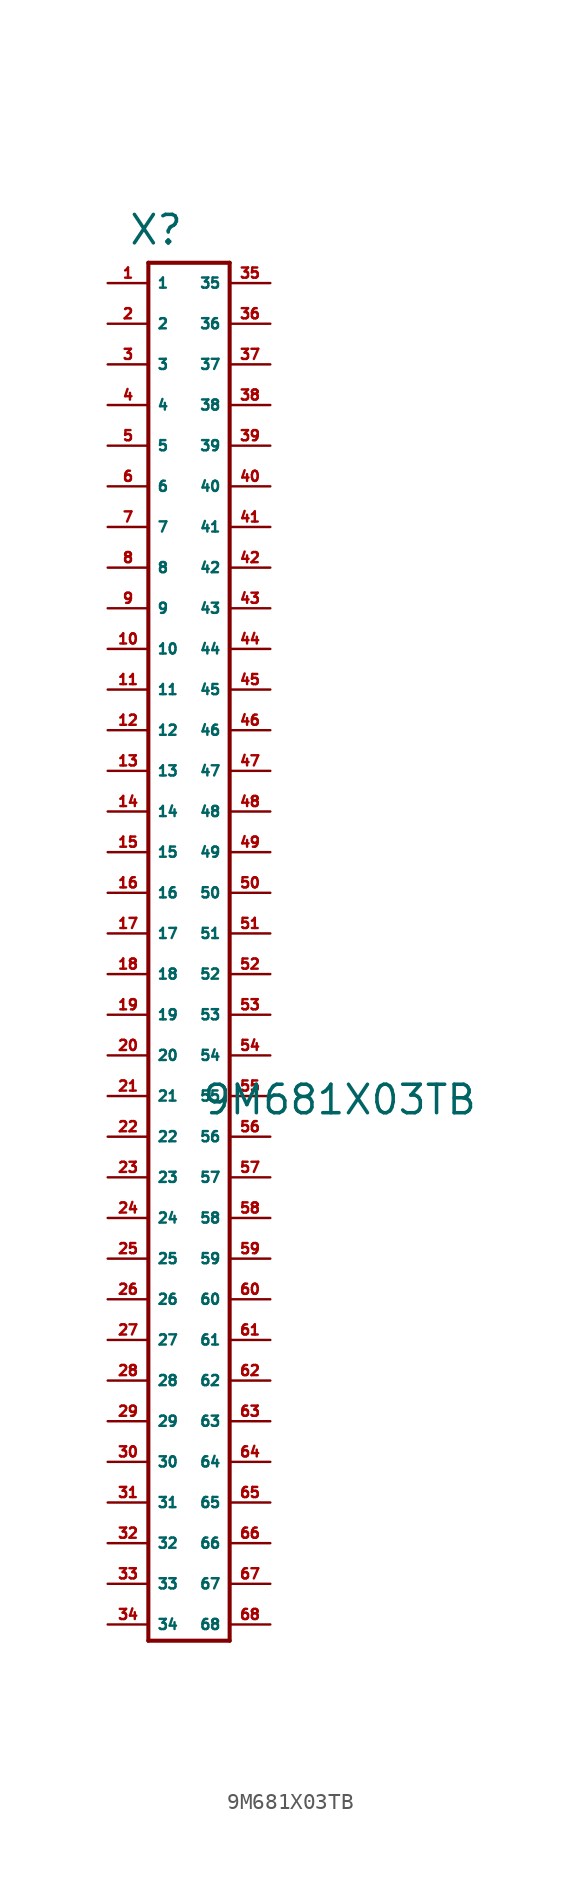
<source format=kicad_sym>
(kicad_symbol_lib
  (version 20220914)
  (generator Eagle2Kicad)
  (symbol "9M681X03TB"
    (property "Reference" "X"
      (at -3.81 30.226 0)
      (effects (font (size 1.778 1.778) (thickness 0.22)) (justify left bottom)))
    (property "Value" "9M681X03TB"
      (at 0.762 -24.13 0)
      (effects (font (size 1.778 1.778) (thickness 0.22)) (justify left bottom)))
    (polyline
      (pts (xy -2.54 29.21) (xy -2.54 -56.896))
      (stroke (width 0.254) (type default))
      (fill (type none)))
    (polyline
      (pts (xy -2.54 -56.896) (xy 2.54 -56.896))
      (stroke (width 0.254) (type default))
      (fill (type none)))
    (polyline
      (pts (xy 2.54 -56.896) (xy 2.54 29.21))
      (stroke (width 0.254) (type default))
      (fill (type none)))
    (polyline
      (pts (xy 2.54 29.21) (xy -2.54 29.21))
      (stroke (width 0.254) (type default))
      (fill (type none)))
    (pin passive line
      (at -5.08 27.94 0)
      (length 2.54)
      (name "1" (effects (font (size 0.635 0.635) (thickness 0.08)) (justify left bottom)))
      (number "1" (effects (font (size 0.635 0.635) (thickness 0.08)) (justify left bottom))))
    (pin passive line
      (at -5.08 25.4 0)
      (length 2.54)
      (name "2" (effects (font (size 0.635 0.635) (thickness 0.08)) (justify left bottom)))
      (number "2" (effects (font (size 0.635 0.635) (thickness 0.08)) (justify left bottom))))
    (pin passive line
      (at -5.08 22.86 0)
      (length 2.54)
      (name "3" (effects (font (size 0.635 0.635) (thickness 0.08)) (justify left bottom)))
      (number "3" (effects (font (size 0.635 0.635) (thickness 0.08)) (justify left bottom))))
    (pin passive line
      (at -5.08 20.32 0)
      (length 2.54)
      (name "4" (effects (font (size 0.635 0.635) (thickness 0.08)) (justify left bottom)))
      (number "4" (effects (font (size 0.635 0.635) (thickness 0.08)) (justify left bottom))))
    (pin passive line
      (at -5.08 17.78 0)
      (length 2.54)
      (name "5" (effects (font (size 0.635 0.635) (thickness 0.08)) (justify left bottom)))
      (number "5" (effects (font (size 0.635 0.635) (thickness 0.08)) (justify left bottom))))
    (pin passive line
      (at -5.08 15.24 0)
      (length 2.54)
      (name "6" (effects (font (size 0.635 0.635) (thickness 0.08)) (justify left bottom)))
      (number "6" (effects (font (size 0.635 0.635) (thickness 0.08)) (justify left bottom))))
    (pin passive line
      (at -5.08 12.7 0)
      (length 2.54)
      (name "7" (effects (font (size 0.635 0.635) (thickness 0.08)) (justify left bottom)))
      (number "7" (effects (font (size 0.635 0.635) (thickness 0.08)) (justify left bottom))))
    (pin passive line
      (at -5.08 10.16 0)
      (length 2.54)
      (name "8" (effects (font (size 0.635 0.635) (thickness 0.08)) (justify left bottom)))
      (number "8" (effects (font (size 0.635 0.635) (thickness 0.08)) (justify left bottom))))
    (pin passive line
      (at -5.08 7.62 0)
      (length 2.54)
      (name "9" (effects (font (size 0.635 0.635) (thickness 0.08)) (justify left bottom)))
      (number "9" (effects (font (size 0.635 0.635) (thickness 0.08)) (justify left bottom))))
    (pin passive line
      (at -5.08 5.08 0)
      (length 2.54)
      (name "10" (effects (font (size 0.635 0.635) (thickness 0.08)) (justify left bottom)))
      (number "10" (effects (font (size 0.635 0.635) (thickness 0.08)) (justify left bottom))))
    (pin passive line
      (at -5.08 2.54 0)
      (length 2.54)
      (name "11" (effects (font (size 0.635 0.635) (thickness 0.08)) (justify left bottom)))
      (number "11" (effects (font (size 0.635 0.635) (thickness 0.08)) (justify left bottom))))
    (pin passive line
      (at -5.08 0 0)
      (length 2.54)
      (name "12" (effects (font (size 0.635 0.635) (thickness 0.08)) (justify left bottom)))
      (number "12" (effects (font (size 0.635 0.635) (thickness 0.08)) (justify left bottom))))
    (pin passive line
      (at -5.08 -2.54 0)
      (length 2.54)
      (name "13" (effects (font (size 0.635 0.635) (thickness 0.08)) (justify left bottom)))
      (number "13" (effects (font (size 0.635 0.635) (thickness 0.08)) (justify left bottom))))
    (pin passive line
      (at -5.08 -5.08 0)
      (length 2.54)
      (name "14" (effects (font (size 0.635 0.635) (thickness 0.08)) (justify left bottom)))
      (number "14" (effects (font (size 0.635 0.635) (thickness 0.08)) (justify left bottom))))
    (pin passive line
      (at -5.08 -7.62 0)
      (length 2.54)
      (name "15" (effects (font (size 0.635 0.635) (thickness 0.08)) (justify left bottom)))
      (number "15" (effects (font (size 0.635 0.635) (thickness 0.08)) (justify left bottom))))
    (pin passive line
      (at -5.08 -10.16 0)
      (length 2.54)
      (name "16" (effects (font (size 0.635 0.635) (thickness 0.08)) (justify left bottom)))
      (number "16" (effects (font (size 0.635 0.635) (thickness 0.08)) (justify left bottom))))
    (pin passive line
      (at -5.08 -12.7 0)
      (length 2.54)
      (name "17" (effects (font (size 0.635 0.635) (thickness 0.08)) (justify left bottom)))
      (number "17" (effects (font (size 0.635 0.635) (thickness 0.08)) (justify left bottom))))
    (pin passive line
      (at -5.08 -15.24 0)
      (length 2.54)
      (name "18" (effects (font (size 0.635 0.635) (thickness 0.08)) (justify left bottom)))
      (number "18" (effects (font (size 0.635 0.635) (thickness 0.08)) (justify left bottom))))
    (pin passive line
      (at -5.08 -17.78 0)
      (length 2.54)
      (name "19" (effects (font (size 0.635 0.635) (thickness 0.08)) (justify left bottom)))
      (number "19" (effects (font (size 0.635 0.635) (thickness 0.08)) (justify left bottom))))
    (pin passive line
      (at -5.08 -20.32 0)
      (length 2.54)
      (name "20" (effects (font (size 0.635 0.635) (thickness 0.08)) (justify left bottom)))
      (number "20" (effects (font (size 0.635 0.635) (thickness 0.08)) (justify left bottom))))
    (pin passive line
      (at -5.08 -22.86 0)
      (length 2.54)
      (name "21" (effects (font (size 0.635 0.635) (thickness 0.08)) (justify left bottom)))
      (number "21" (effects (font (size 0.635 0.635) (thickness 0.08)) (justify left bottom))))
    (pin passive line
      (at -5.08 -25.4 0)
      (length 2.54)
      (name "22" (effects (font (size 0.635 0.635) (thickness 0.08)) (justify left bottom)))
      (number "22" (effects (font (size 0.635 0.635) (thickness 0.08)) (justify left bottom))))
    (pin passive line
      (at -5.08 -27.94 0)
      (length 2.54)
      (name "23" (effects (font (size 0.635 0.635) (thickness 0.08)) (justify left bottom)))
      (number "23" (effects (font (size 0.635 0.635) (thickness 0.08)) (justify left bottom))))
    (pin passive line
      (at -5.08 -30.48 0)
      (length 2.54)
      (name "24" (effects (font (size 0.635 0.635) (thickness 0.08)) (justify left bottom)))
      (number "24" (effects (font (size 0.635 0.635) (thickness 0.08)) (justify left bottom))))
    (pin passive line
      (at -5.08 -33.02 0)
      (length 2.54)
      (name "25" (effects (font (size 0.635 0.635) (thickness 0.08)) (justify left bottom)))
      (number "25" (effects (font (size 0.635 0.635) (thickness 0.08)) (justify left bottom))))
    (pin passive line
      (at -5.08 -35.56 0)
      (length 2.54)
      (name "26" (effects (font (size 0.635 0.635) (thickness 0.08)) (justify left bottom)))
      (number "26" (effects (font (size 0.635 0.635) (thickness 0.08)) (justify left bottom))))
    (pin passive line
      (at -5.08 -38.1 0)
      (length 2.54)
      (name "27" (effects (font (size 0.635 0.635) (thickness 0.08)) (justify left bottom)))
      (number "27" (effects (font (size 0.635 0.635) (thickness 0.08)) (justify left bottom))))
    (pin passive line
      (at -5.08 -40.64 0)
      (length 2.54)
      (name "28" (effects (font (size 0.635 0.635) (thickness 0.08)) (justify left bottom)))
      (number "28" (effects (font (size 0.635 0.635) (thickness 0.08)) (justify left bottom))))
    (pin passive line
      (at -5.08 -43.18 0)
      (length 2.54)
      (name "29" (effects (font (size 0.635 0.635) (thickness 0.08)) (justify left bottom)))
      (number "29" (effects (font (size 0.635 0.635) (thickness 0.08)) (justify left bottom))))
    (pin passive line
      (at -5.08 -45.72 0)
      (length 2.54)
      (name "30" (effects (font (size 0.635 0.635) (thickness 0.08)) (justify left bottom)))
      (number "30" (effects (font (size 0.635 0.635) (thickness 0.08)) (justify left bottom))))
    (pin passive line
      (at -5.08 -48.26 0)
      (length 2.54)
      (name "31" (effects (font (size 0.635 0.635) (thickness 0.08)) (justify left bottom)))
      (number "31" (effects (font (size 0.635 0.635) (thickness 0.08)) (justify left bottom))))
    (pin passive line
      (at -5.08 -50.8 0)
      (length 2.54)
      (name "32" (effects (font (size 0.635 0.635) (thickness 0.08)) (justify left bottom)))
      (number "32" (effects (font (size 0.635 0.635) (thickness 0.08)) (justify left bottom))))
    (pin passive line
      (at -5.08 -53.34 0)
      (length 2.54)
      (name "33" (effects (font (size 0.635 0.635) (thickness 0.08)) (justify left bottom)))
      (number "33" (effects (font (size 0.635 0.635) (thickness 0.08)) (justify left bottom))))
    (pin passive line
      (at -5.08 -55.88 0)
      (length 2.54)
      (name "34" (effects (font (size 0.635 0.635) (thickness 0.08)) (justify left bottom)))
      (number "34" (effects (font (size 0.635 0.635) (thickness 0.08)) (justify left bottom))))
    (pin passive line
      (at 5.08 27.94 180)
      (length 2.54)
      (name "35" (effects (font (size 0.635 0.635) (thickness 0.08)) (justify left bottom)))
      (number "35" (effects (font (size 0.635 0.635) (thickness 0.08)) (justify left bottom))))
    (pin passive line
      (at 5.08 25.4 180)
      (length 2.54)
      (name "36" (effects (font (size 0.635 0.635) (thickness 0.08)) (justify left bottom)))
      (number "36" (effects (font (size 0.635 0.635) (thickness 0.08)) (justify left bottom))))
    (pin passive line
      (at 5.08 22.86 180)
      (length 2.54)
      (name "37" (effects (font (size 0.635 0.635) (thickness 0.08)) (justify left bottom)))
      (number "37" (effects (font (size 0.635 0.635) (thickness 0.08)) (justify left bottom))))
    (pin passive line
      (at 5.08 20.32 180)
      (length 2.54)
      (name "38" (effects (font (size 0.635 0.635) (thickness 0.08)) (justify left bottom)))
      (number "38" (effects (font (size 0.635 0.635) (thickness 0.08)) (justify left bottom))))
    (pin passive line
      (at 5.08 17.78 180)
      (length 2.54)
      (name "39" (effects (font (size 0.635 0.635) (thickness 0.08)) (justify left bottom)))
      (number "39" (effects (font (size 0.635 0.635) (thickness 0.08)) (justify left bottom))))
    (pin passive line
      (at 5.08 15.24 180)
      (length 2.54)
      (name "40" (effects (font (size 0.635 0.635) (thickness 0.08)) (justify left bottom)))
      (number "40" (effects (font (size 0.635 0.635) (thickness 0.08)) (justify left bottom))))
    (pin passive line
      (at 5.08 12.7 180)
      (length 2.54)
      (name "41" (effects (font (size 0.635 0.635) (thickness 0.08)) (justify left bottom)))
      (number "41" (effects (font (size 0.635 0.635) (thickness 0.08)) (justify left bottom))))
    (pin passive line
      (at 5.08 10.16 180)
      (length 2.54)
      (name "42" (effects (font (size 0.635 0.635) (thickness 0.08)) (justify left bottom)))
      (number "42" (effects (font (size 0.635 0.635) (thickness 0.08)) (justify left bottom))))
    (pin passive line
      (at 5.08 7.62 180)
      (length 2.54)
      (name "43" (effects (font (size 0.635 0.635) (thickness 0.08)) (justify left bottom)))
      (number "43" (effects (font (size 0.635 0.635) (thickness 0.08)) (justify left bottom))))
    (pin passive line
      (at 5.08 5.08 180)
      (length 2.54)
      (name "44" (effects (font (size 0.635 0.635) (thickness 0.08)) (justify left bottom)))
      (number "44" (effects (font (size 0.635 0.635) (thickness 0.08)) (justify left bottom))))
    (pin passive line
      (at 5.08 2.54 180)
      (length 2.54)
      (name "45" (effects (font (size 0.635 0.635) (thickness 0.08)) (justify left bottom)))
      (number "45" (effects (font (size 0.635 0.635) (thickness 0.08)) (justify left bottom))))
    (pin passive line
      (at 5.08 0 180)
      (length 2.54)
      (name "46" (effects (font (size 0.635 0.635) (thickness 0.08)) (justify left bottom)))
      (number "46" (effects (font (size 0.635 0.635) (thickness 0.08)) (justify left bottom))))
    (pin passive line
      (at 5.08 -2.54 180)
      (length 2.54)
      (name "47" (effects (font (size 0.635 0.635) (thickness 0.08)) (justify left bottom)))
      (number "47" (effects (font (size 0.635 0.635) (thickness 0.08)) (justify left bottom))))
    (pin passive line
      (at 5.08 -5.08 180)
      (length 2.54)
      (name "48" (effects (font (size 0.635 0.635) (thickness 0.08)) (justify left bottom)))
      (number "48" (effects (font (size 0.635 0.635) (thickness 0.08)) (justify left bottom))))
    (pin passive line
      (at 5.08 -7.62 180)
      (length 2.54)
      (name "49" (effects (font (size 0.635 0.635) (thickness 0.08)) (justify left bottom)))
      (number "49" (effects (font (size 0.635 0.635) (thickness 0.08)) (justify left bottom))))
    (pin passive line
      (at 5.08 -10.16 180)
      (length 2.54)
      (name "50" (effects (font (size 0.635 0.635) (thickness 0.08)) (justify left bottom)))
      (number "50" (effects (font (size 0.635 0.635) (thickness 0.08)) (justify left bottom))))
    (pin passive line
      (at 5.08 -12.7 180)
      (length 2.54)
      (name "51" (effects (font (size 0.635 0.635) (thickness 0.08)) (justify left bottom)))
      (number "51" (effects (font (size 0.635 0.635) (thickness 0.08)) (justify left bottom))))
    (pin passive line
      (at 5.08 -15.24 180)
      (length 2.54)
      (name "52" (effects (font (size 0.635 0.635) (thickness 0.08)) (justify left bottom)))
      (number "52" (effects (font (size 0.635 0.635) (thickness 0.08)) (justify left bottom))))
    (pin passive line
      (at 5.08 -17.78 180)
      (length 2.54)
      (name "53" (effects (font (size 0.635 0.635) (thickness 0.08)) (justify left bottom)))
      (number "53" (effects (font (size 0.635 0.635) (thickness 0.08)) (justify left bottom))))
    (pin passive line
      (at 5.08 -20.32 180)
      (length 2.54)
      (name "54" (effects (font (size 0.635 0.635) (thickness 0.08)) (justify left bottom)))
      (number "54" (effects (font (size 0.635 0.635) (thickness 0.08)) (justify left bottom))))
    (pin passive line
      (at 5.08 -22.86 180)
      (length 2.54)
      (name "55" (effects (font (size 0.635 0.635) (thickness 0.08)) (justify left bottom)))
      (number "55" (effects (font (size 0.635 0.635) (thickness 0.08)) (justify left bottom))))
    (pin passive line
      (at 5.08 -25.4 180)
      (length 2.54)
      (name "56" (effects (font (size 0.635 0.635) (thickness 0.08)) (justify left bottom)))
      (number "56" (effects (font (size 0.635 0.635) (thickness 0.08)) (justify left bottom))))
    (pin passive line
      (at 5.08 -27.94 180)
      (length 2.54)
      (name "57" (effects (font (size 0.635 0.635) (thickness 0.08)) (justify left bottom)))
      (number "57" (effects (font (size 0.635 0.635) (thickness 0.08)) (justify left bottom))))
    (pin passive line
      (at 5.08 -30.48 180)
      (length 2.54)
      (name "58" (effects (font (size 0.635 0.635) (thickness 0.08)) (justify left bottom)))
      (number "58" (effects (font (size 0.635 0.635) (thickness 0.08)) (justify left bottom))))
    (pin passive line
      (at 5.08 -33.02 180)
      (length 2.54)
      (name "59" (effects (font (size 0.635 0.635) (thickness 0.08)) (justify left bottom)))
      (number "59" (effects (font (size 0.635 0.635) (thickness 0.08)) (justify left bottom))))
    (pin passive line
      (at 5.08 -35.56 180)
      (length 2.54)
      (name "60" (effects (font (size 0.635 0.635) (thickness 0.08)) (justify left bottom)))
      (number "60" (effects (font (size 0.635 0.635) (thickness 0.08)) (justify left bottom))))
    (pin passive line
      (at 5.08 -38.1 180)
      (length 2.54)
      (name "61" (effects (font (size 0.635 0.635) (thickness 0.08)) (justify left bottom)))
      (number "61" (effects (font (size 0.635 0.635) (thickness 0.08)) (justify left bottom))))
    (pin passive line
      (at 5.08 -40.64 180)
      (length 2.54)
      (name "62" (effects (font (size 0.635 0.635) (thickness 0.08)) (justify left bottom)))
      (number "62" (effects (font (size 0.635 0.635) (thickness 0.08)) (justify left bottom))))
    (pin passive line
      (at 5.08 -43.18 180)
      (length 2.54)
      (name "63" (effects (font (size 0.635 0.635) (thickness 0.08)) (justify left bottom)))
      (number "63" (effects (font (size 0.635 0.635) (thickness 0.08)) (justify left bottom))))
    (pin passive line
      (at 5.08 -45.72 180)
      (length 2.54)
      (name "64" (effects (font (size 0.635 0.635) (thickness 0.08)) (justify left bottom)))
      (number "64" (effects (font (size 0.635 0.635) (thickness 0.08)) (justify left bottom))))
    (pin passive line
      (at 5.08 -48.26 180)
      (length 2.54)
      (name "65" (effects (font (size 0.635 0.635) (thickness 0.08)) (justify left bottom)))
      (number "65" (effects (font (size 0.635 0.635) (thickness 0.08)) (justify left bottom))))
    (pin passive line
      (at 5.08 -50.8 180)
      (length 2.54)
      (name "66" (effects (font (size 0.635 0.635) (thickness 0.08)) (justify left bottom)))
      (number "66" (effects (font (size 0.635 0.635) (thickness 0.08)) (justify left bottom))))
    (pin passive line
      (at 5.08 -53.34 180)
      (length 2.54)
      (name "67" (effects (font (size 0.635 0.635) (thickness 0.08)) (justify left bottom)))
      (number "67" (effects (font (size 0.635 0.635) (thickness 0.08)) (justify left bottom))))
    (pin passive line
      (at 5.08 -55.88 180)
      (length 2.54)
      (name "68" (effects (font (size 0.635 0.635) (thickness 0.08)) (justify left bottom)))
      (number "68" (effects (font (size 0.635 0.635) (thickness 0.08)) (justify left bottom))))))
</source>
